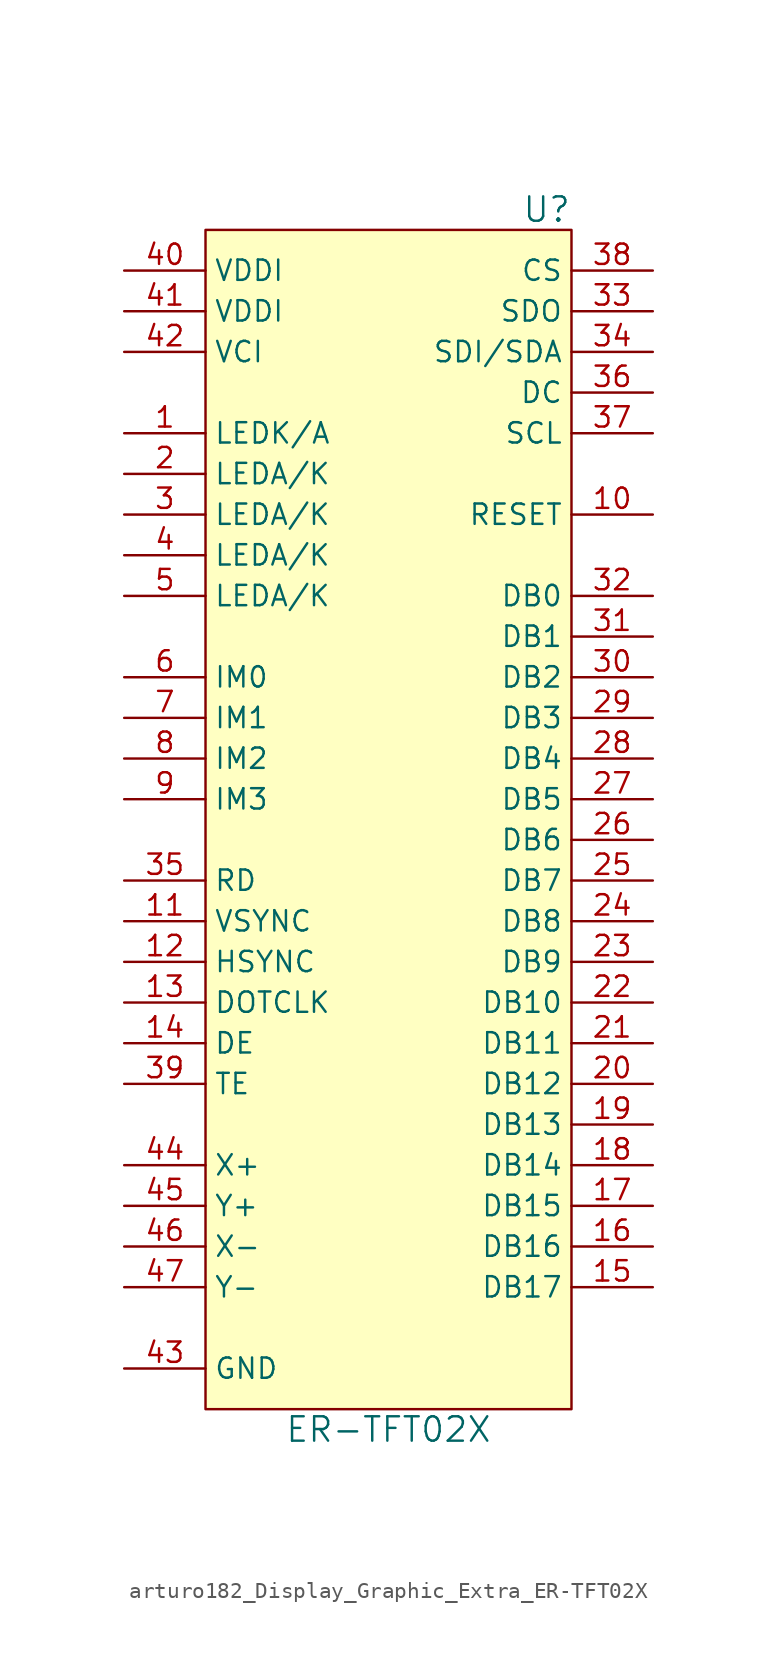
<source format=kicad_sym>
(kicad_symbol_lib
  (version 20220914)
  (generator kicad_symbol_editor)
  (symbol "arturo182_Display_Graphic_Extra_ER-TFT02X"
    (property "Reference" "U"
      (at 11.43 36.83 0)
      (effects (font (size 1.524 1.524)) (justify right)))
    (property "Value" "ER-TFT02X"
      (at 0 -39.37 0)
      (effects (font (size 1.524 1.524))))
    (symbol "arturo182_Display_Graphic_Extra_ER-TFT02X_0_1"
      (rectangle (start -11.43 35.56) (end 11.43 -38.1) (stroke (width 0) (type default)) (fill (type background))))
    (symbol "arturo182_Display_Graphic_Extra_ER-TFT02X_1_1"
      (pin input line (at -16.51 22.86 0) (length 5.08) (name "LEDK/A" (effects (font (size 1.27 1.27)))) (number "1" (effects (font (size 1.27 1.27)))))
      (pin input line (at 16.51 17.78 180) (length 5.08) (name "RESET" (effects (font (size 1.27 1.27)))) (number "10" (effects (font (size 1.27 1.27)))))
      (pin input line (at -16.51 -7.62 0) (length 5.08) (name "VSYNC" (effects (font (size 1.27 1.27)))) (number "11" (effects (font (size 1.27 1.27)))))
      (pin input line (at -16.51 -10.16 0) (length 5.08) (name "HSYNC" (effects (font (size 1.27 1.27)))) (number "12" (effects (font (size 1.27 1.27)))))
      (pin input line (at -16.51 -12.7 0) (length 5.08) (name "DOTCLK" (effects (font (size 1.27 1.27)))) (number "13" (effects (font (size 1.27 1.27)))))
      (pin input line (at -16.51 -15.24 0) (length 5.08) (name "DE" (effects (font (size 1.27 1.27)))) (number "14" (effects (font (size 1.27 1.27)))))
      (pin input line (at 16.51 -30.48 180) (length 5.08) (name "DB17" (effects (font (size 1.27 1.27)))) (number "15" (effects (font (size 1.27 1.27)))))
      (pin input line (at 16.51 -27.94 180) (length 5.08) (name "DB16" (effects (font (size 1.27 1.27)))) (number "16" (effects (font (size 1.27 1.27)))))
      (pin input line (at 16.51 -25.4 180) (length 5.08) (name "DB15" (effects (font (size 1.27 1.27)))) (number "17" (effects (font (size 1.27 1.27)))))
      (pin input line (at 16.51 -22.86 180) (length 5.08) (name "DB14" (effects (font (size 1.27 1.27)))) (number "18" (effects (font (size 1.27 1.27)))))
      (pin input line (at 16.51 -20.32 180) (length 5.08) (name "DB13" (effects (font (size 1.27 1.27)))) (number "19" (effects (font (size 1.27 1.27)))))
      (pin input line (at -16.51 20.32 0) (length 5.08) (name "LEDA/K" (effects (font (size 1.27 1.27)))) (number "2" (effects (font (size 1.27 1.27)))))
      (pin input line (at 16.51 -17.78 180) (length 5.08) (name "DB12" (effects (font (size 1.27 1.27)))) (number "20" (effects (font (size 1.27 1.27)))))
      (pin input line (at 16.51 -15.24 180) (length 5.08) (name "DB11" (effects (font (size 1.27 1.27)))) (number "21" (effects (font (size 1.27 1.27)))))
      (pin input line (at 16.51 -12.7 180) (length 5.08) (name "DB10" (effects (font (size 1.27 1.27)))) (number "22" (effects (font (size 1.27 1.27)))))
      (pin input line (at 16.51 -10.16 180) (length 5.08) (name "DB9" (effects (font (size 1.27 1.27)))) (number "23" (effects (font (size 1.27 1.27)))))
      (pin input line (at 16.51 -7.62 180) (length 5.08) (name "DB8" (effects (font (size 1.27 1.27)))) (number "24" (effects (font (size 1.27 1.27)))))
      (pin input line (at 16.51 -5.08 180) (length 5.08) (name "DB7" (effects (font (size 1.27 1.27)))) (number "25" (effects (font (size 1.27 1.27)))))
      (pin input line (at 16.51 -2.54 180) (length 5.08) (name "DB6" (effects (font (size 1.27 1.27)))) (number "26" (effects (font (size 1.27 1.27)))))
      (pin input line (at 16.51 0 180) (length 5.08) (name "DB5" (effects (font (size 1.27 1.27)))) (number "27" (effects (font (size 1.27 1.27)))))
      (pin input line (at 16.51 2.54 180) (length 5.08) (name "DB4" (effects (font (size 1.27 1.27)))) (number "28" (effects (font (size 1.27 1.27)))))
      (pin input line (at 16.51 5.08 180) (length 5.08) (name "DB3" (effects (font (size 1.27 1.27)))) (number "29" (effects (font (size 1.27 1.27)))))
      (pin input line (at -16.51 17.78 0) (length 5.08) (name "LEDA/K" (effects (font (size 1.27 1.27)))) (number "3" (effects (font (size 1.27 1.27)))))
      (pin input line (at 16.51 7.62 180) (length 5.08) (name "DB2" (effects (font (size 1.27 1.27)))) (number "30" (effects (font (size 1.27 1.27)))))
      (pin input line (at 16.51 10.16 180) (length 5.08) (name "DB1" (effects (font (size 1.27 1.27)))) (number "31" (effects (font (size 1.27 1.27)))))
      (pin input line (at 16.51 12.7 180) (length 5.08) (name "DB0" (effects (font (size 1.27 1.27)))) (number "32" (effects (font (size 1.27 1.27)))))
      (pin output line (at 16.51 30.48 180) (length 5.08) (name "SDO" (effects (font (size 1.27 1.27)))) (number "33" (effects (font (size 1.27 1.27)))))
      (pin input line (at 16.51 27.94 180) (length 5.08) (name "SDI/SDA" (effects (font (size 1.27 1.27)))) (number "34" (effects (font (size 1.27 1.27)))))
      (pin input line (at -16.51 -5.08 0) (length 5.08) (name "RD" (effects (font (size 1.27 1.27)))) (number "35" (effects (font (size 1.27 1.27)))))
      (pin input line (at 16.51 25.4 180) (length 5.08) (name "DC" (effects (font (size 1.27 1.27)))) (number "36" (effects (font (size 1.27 1.27)))))
      (pin input line (at 16.51 22.86 180) (length 5.08) (name "SCL" (effects (font (size 1.27 1.27)))) (number "37" (effects (font (size 1.27 1.27)))))
      (pin input line (at 16.51 33.02 180) (length 5.08) (name "CS" (effects (font (size 1.27 1.27)))) (number "38" (effects (font (size 1.27 1.27)))))
      (pin input line (at -16.51 -17.78 0) (length 5.08) (name "TE" (effects (font (size 1.27 1.27)))) (number "39" (effects (font (size 1.27 1.27)))))
      (pin input line (at -16.51 15.24 0) (length 5.08) (name "LEDA/K" (effects (font (size 1.27 1.27)))) (number "4" (effects (font (size 1.27 1.27)))))
      (pin power_in line (at -16.51 33.02 0) (length 5.08) (name "VDDI" (effects (font (size 1.27 1.27)))) (number "40" (effects (font (size 1.27 1.27)))))
      (pin power_in line (at -16.51 30.48 0) (length 5.08) (name "VDDI" (effects (font (size 1.27 1.27)))) (number "41" (effects (font (size 1.27 1.27)))))
      (pin power_in line (at -16.51 27.94 0) (length 5.08) (name "VCI" (effects (font (size 1.27 1.27)))) (number "42" (effects (font (size 1.27 1.27)))))
      (pin power_in line (at -16.51 -35.56 0) (length 5.08) (name "GND" (effects (font (size 1.27 1.27)))) (number "43" (effects (font (size 1.27 1.27)))))
      (pin output line (at -16.51 -22.86 0) (length 5.08) (name "X+" (effects (font (size 1.27 1.27)))) (number "44" (effects (font (size 1.27 1.27)))) (alternate "TP_SCL" input line))
      (pin output line (at -16.51 -25.4 0) (length 5.08) (name "Y+" (effects (font (size 1.27 1.27)))) (number "45" (effects (font (size 1.27 1.27)))) (alternate "TP_SDA" bidirectional line))
      (pin output line (at -16.51 -27.94 0) (length 5.08) (name "X-" (effects (font (size 1.27 1.27)))) (number "46" (effects (font (size 1.27 1.27)))) (alternate "TP_INT" output line))
      (pin output line (at -16.51 -30.48 0) (length 5.08) (name "Y-" (effects (font (size 1.27 1.27)))) (number "47" (effects (font (size 1.27 1.27)))) (alternate "TP_RST" input line))
      (pin passive line (at -16.51 -35.56 0) (length 5.08) hide (name "GND" (effects (font (size 1.27 1.27)))) (number "48" (effects (font (size 1.27 1.27)))))
      (pin passive line (at -16.51 -35.56 0) (length 5.08) hide (name "GND" (effects (font (size 1.27 1.27)))) (number "49" (effects (font (size 1.27 1.27)))))
      (pin input line (at -16.51 12.7 0) (length 5.08) (name "LEDA/K" (effects (font (size 1.27 1.27)))) (number "5" (effects (font (size 1.27 1.27)))))
      (pin passive line (at -16.51 -35.56 0) (length 5.08) hide (name "GND" (effects (font (size 1.27 1.27)))) (number "50" (effects (font (size 1.27 1.27)))))
      (pin input line (at -16.51 7.62 0) (length 5.08) (name "IM0" (effects (font (size 1.27 1.27)))) (number "6" (effects (font (size 1.27 1.27)))))
      (pin input line (at -16.51 5.08 0) (length 5.08) (name "IM1" (effects (font (size 1.27 1.27)))) (number "7" (effects (font (size 1.27 1.27)))))
      (pin input line (at -16.51 2.54 0) (length 5.08) (name "IM2" (effects (font (size 1.27 1.27)))) (number "8" (effects (font (size 1.27 1.27)))))
      (pin input line (at -16.51 0 0) (length 5.08) (name "IM3" (effects (font (size 1.27 1.27)))) (number "9" (effects (font (size 1.27 1.27))))))))
</source>
